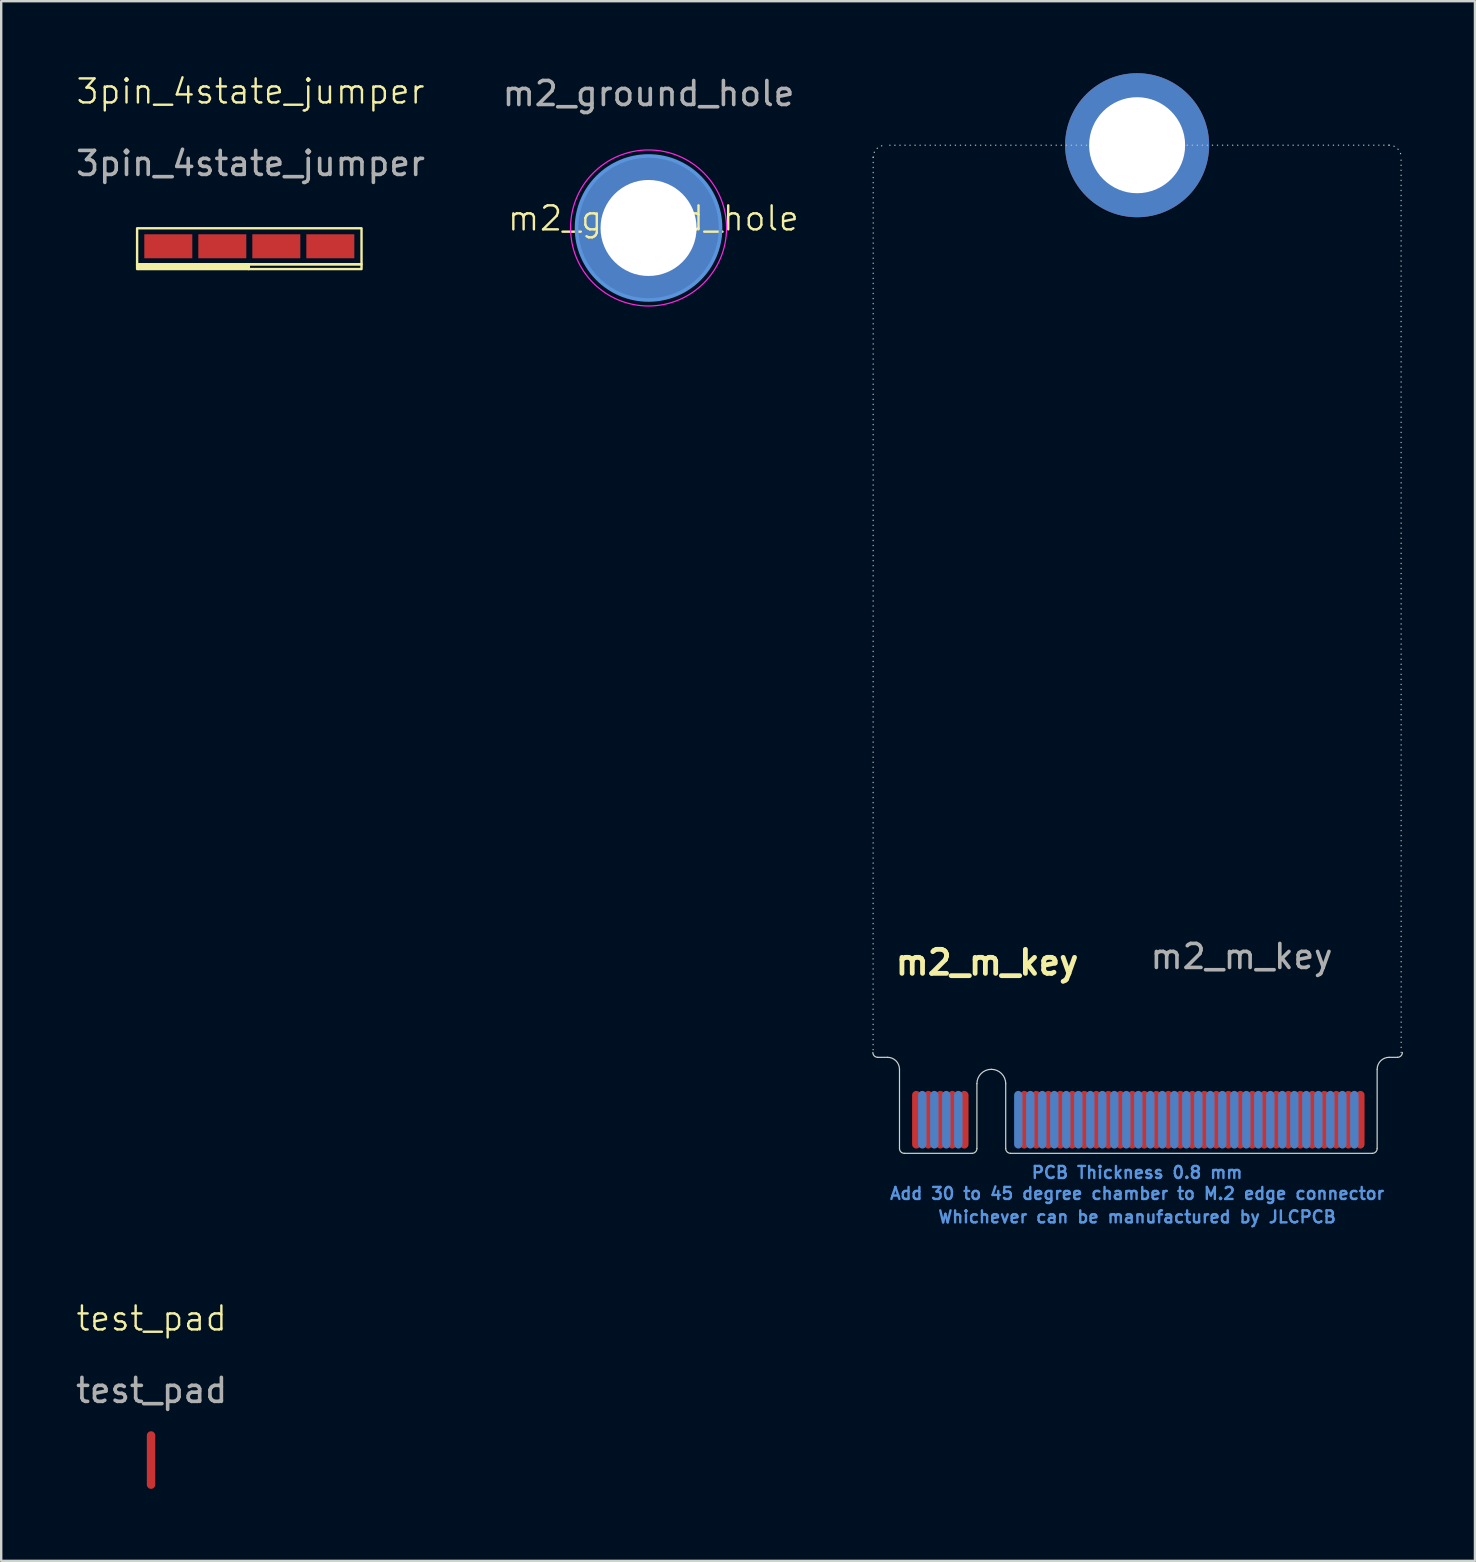
<source format=kicad_pcb>
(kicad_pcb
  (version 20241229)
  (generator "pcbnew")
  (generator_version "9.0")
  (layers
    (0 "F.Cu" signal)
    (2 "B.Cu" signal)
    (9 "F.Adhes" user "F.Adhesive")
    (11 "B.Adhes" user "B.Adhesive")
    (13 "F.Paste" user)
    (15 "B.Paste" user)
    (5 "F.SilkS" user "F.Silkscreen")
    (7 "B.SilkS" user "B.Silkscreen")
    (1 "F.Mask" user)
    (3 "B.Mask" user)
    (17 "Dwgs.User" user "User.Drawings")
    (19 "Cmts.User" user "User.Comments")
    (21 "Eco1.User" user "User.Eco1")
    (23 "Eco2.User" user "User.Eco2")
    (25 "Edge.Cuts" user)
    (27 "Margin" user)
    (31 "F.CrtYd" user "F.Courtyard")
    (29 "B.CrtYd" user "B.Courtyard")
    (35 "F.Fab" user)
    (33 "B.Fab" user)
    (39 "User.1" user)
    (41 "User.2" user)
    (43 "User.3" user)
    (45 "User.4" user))
  (footprint "m2_ground_hole"
    (layer "F.Cu")
    (at 23.97 6.448)
    (property "Reference" "m2_ground_hole" (at 0.2 -0.4 0) (unlocked yes) (layer "F.SilkS") (effects (font (size 1 1) (thickness 0.1))))
    (attr through_hole)
    (fp_circle (center 0 0) (end 3 0) (stroke (width 0.15) (type solid)) (fill no) (layer "Cmts.User"))
    (fp_circle (center 0 0) (end 3.25 0) (stroke (width 0.05) (type solid)) (fill no) (layer "F.CrtYd"))
    (fp_text user "${REFERENCE}" (at 0 -5.6 0) (layer "F.Fab") (effects (font (size 1 1) (thickness 0.15))))
    (pad "1" thru_hole circle (at 0 0) (size 6 6) (drill 4) (layers "*.Cu" "*.Mask")))
  (footprint "test_pad"
    (layer "F.Cu")
    (at 3.268 52.379)
    (property "Reference" "test_pad" (at 0 -0.5 0) (unlocked yes) (layer "F.SilkS") (effects (font (size 1 1) (thickness 0.1))))
    (attr smd)
    (fp_text user "${REFERENCE}" (at 0 2.5 0) (unlocked yes) (layer "F.Fab") (effects (font (size 1 1) (thickness 0.15))))
    (pad "1" smd oval (at -0.025 5.4) (size 0.35 2.4) (layers "F.Cu")))
  (footprint "m2_m_key"
    (layer "F.Cu")
    (at 44.325 26.5)
    (property "Reference" "m2_m_key" (at -6.25 10.55 0) (unlocked yes) (layer "F.SilkS") (effects (font (size 1 1) (thickness 0.2) (bold yes))))
    (attr through_hole allow_soldermask_bridges)
    (fp_rect (start -9.9 16.35) (end -6.65 18.5) (stroke (width 0.1) (type solid)) (fill yes) (layer "F.Mask"))
    (fp_rect (start -5.5 16.35) (end 10 18.5) (stroke (width 0.1) (type solid)) (fill yes) (layer "F.Mask"))
    (fp_rect (start -9.9 16.35) (end -6.65 18.5) (stroke (width 0.1) (type solid)) (fill yes) (layer "B.Mask"))
    (fp_rect (start -5.5 16.35) (end 10 18.5) (stroke (width 0.1) (type solid)) (fill yes) (layer "B.Mask"))
    (fp_line (start -10.996 -22.996) (end -11 14.3) (stroke (width 0.05) (type dot)) (layer "Dwgs.User"))
    (fp_line (start 10.495 -23.502) (end -10.45 -23.5) (stroke (width 0.05) (type dot)) (layer "Dwgs.User"))
    (fp_line (start 11 14.3) (end 10.997 -23) (stroke (width 0.05) (type dot)) (layer "Dwgs.User"))
    (fp_arc (start -10.996446 -22.996447) (mid -10.849999 -23.349999) (end -10.496447 -23.496446) (stroke (width 0.05) (type dot)) (layer "Dwgs.User"))
    (fp_arc (start 10.494934 -23.502139) (mid 10.85 -23.355066) (end 10.997073 -23) (stroke (width 0.05) (type dot)) (layer "Dwgs.User"))
    (fp_line (start -10.809 14.5) (end -10.4 14.5) (stroke (width 0.05) (type solid)) (layer "Edge.Cuts"))
    (fp_line (start -9.9 15) (end -9.9 18.3) (stroke (width 0.05) (type solid)) (layer "Edge.Cuts"))
    (fp_line (start -6.875 18.5) (end -9.7 18.5) (stroke (width 0.05) (type solid)) (layer "Edge.Cuts"))
    (fp_line (start -6.675 15.6) (end -6.675 18.3) (stroke (width 0.05) (type solid)) (layer "Edge.Cuts"))
    (fp_line (start -5.475 15.6) (end -5.475 18.3) (stroke (width 0.05) (type solid)) (layer "Edge.Cuts"))
    (fp_line (start -5.275 18.5) (end 9.8 18.5) (stroke (width 0.05) (type solid)) (layer "Edge.Cuts"))
    (fp_line (start 10 18.3) (end 10 15) (stroke (width 0.05) (type solid)) (layer "Edge.Cuts"))
    (fp_line (start 10.5 14.5) (end 10.85 14.5) (stroke (width 0.05) (type solid)) (layer "Edge.Cuts"))
    (fp_arc (start -10.808579 14.5) (mid -10.95 14.441421) (end -11.008579 14.3) (stroke (width 0.05) (type solid)) (layer "Edge.Cuts"))
    (fp_arc (start -10.4 14.5) (mid -10.046447 14.646447) (end -9.9 15) (stroke (width 0.05) (type solid)) (layer "Edge.Cuts"))
    (fp_arc (start -9.7 18.5) (mid -9.841421 18.441421) (end -9.9 18.3) (stroke (width 0.05) (type solid)) (layer "Edge.Cuts"))
    (fp_arc (start -6.675 15.6) (mid -6.499264 15.175736) (end -6.075 15) (stroke (width 0.05) (type solid)) (layer "Edge.Cuts"))
    (fp_arc (start -6.675 18.3) (mid -6.733579 18.441421) (end -6.875 18.5) (stroke (width 0.05) (type solid)) (layer "Edge.Cuts"))
    (fp_arc (start -6.075 15) (mid -5.650736 15.175736) (end -5.475 15.6) (stroke (width 0.05) (type solid)) (layer "Edge.Cuts"))
    (fp_arc (start -5.275001 18.500001) (mid -5.416422 18.441422) (end -5.475001 18.300001) (stroke (width 0.05) (type solid)) (layer "Edge.Cuts"))
    (fp_arc (start 10 15) (mid 10.146447 14.646447) (end 10.5 14.5) (stroke (width 0.05) (type solid)) (layer "Edge.Cuts"))
    (fp_arc (start 10 18.3) (mid 9.941421 18.441421) (end 9.8 18.5) (stroke (width 0.05) (type solid)) (layer "Edge.Cuts"))
    (fp_arc (start 11.05 14.3) (mid 10.991421 14.441421) (end 10.85 14.5) (stroke (width 0.05) (type solid)) (layer "Edge.Cuts"))
    (fp_text user "PCB Thickness 0.8 mm" (at 0 19.3 0) (layer "Cmts.User") (effects (font (size 0.5 0.5) (thickness 0.1))))
    (fp_text user "Whichever can be manufactured by JLCPCB" (at 0 21.15 0) (layer "Cmts.User") (effects (font (size 0.5 0.5) (thickness 0.1))))
    (fp_text user "Add 30 to 45 degree chamber to M.2 edge connector" (at 0 20.175 0) (layer "Cmts.User") (effects (font (size 0.5 0.5) (thickness 0.1))))
    (fp_text user "${REFERENCE}" (at 4.35 10.3 0) (layer "F.Fab") (effects (font (size 1 1) (thickness 0.15))))
    (pad "1" thru_hole circle (at 0 -23.5) (size 6 6) (drill 4) (layers "*.Cu" "*.Mask"))
    (pad "1" smd oval (at 9.3 17.1) (size 0.35 2.4) (layers "F.Cu"))
    (pad "2" smd oval (at 9.05 17.1) (size 0.35 2.4) (layers "B.Cu"))
    (pad "3" smd oval (at 8.8 17.1) (size 0.35 2.4) (layers "F.Cu"))
    (pad "4" smd oval (at 8.55 17.1) (size 0.35 2.4) (layers "B.Cu"))
    (pad "5" smd oval (at 8.3 17.1) (size 0.35 2.4) (layers "F.Cu"))
    (pad "6" smd oval (at 8.05 17.1) (size 0.35 2.4) (layers "B.Cu"))
    (pad "7" smd oval (at 7.8 17.1) (size 0.35 2.4) (layers "F.Cu"))
    (pad "8" smd oval (at 7.55 17.1) (size 0.35 2.4) (layers "B.Cu"))
    (pad "9" smd oval (at 7.3 17.1) (size 0.35 2.4) (layers "F.Cu"))
    (pad "10" smd oval (at 7.05 17.1) (size 0.35 2.4) (layers "B.Cu"))
    (pad "11" smd oval (at 6.8 17.1) (size 0.35 2.4) (layers "F.Cu"))
    (pad "12" smd oval (at 6.55 17.1) (size 0.35 2.4) (layers "B.Cu"))
    (pad "13" smd oval (at 6.3 17.1) (size 0.35 2.4) (layers "F.Cu"))
    (pad "14" smd oval (at 6.05 17.1) (size 0.35 2.4) (layers "B.Cu"))
    (pad "15" smd oval (at 5.8 17.1) (size 0.35 2.4) (layers "F.Cu"))
    (pad "16" smd oval (at 5.55 17.1) (size 0.35 2.4) (layers "B.Cu"))
    (pad "17" smd oval (at 5.3 17.1) (size 0.35 2.4) (layers "F.Cu"))
    (pad "18" smd oval (at 5.05 17.1) (size 0.35 2.4) (layers "B.Cu"))
    (pad "19" smd oval (at 4.8 17.1) (size 0.35 2.4) (layers "F.Cu"))
    (pad "20" smd oval (at 4.55 17.1) (size 0.35 2.4) (layers "B.Cu"))
    (pad "21" smd oval (at 4.3 17.1) (size 0.35 2.4) (layers "F.Cu"))
    (pad "22" smd oval (at 4.05 17.1) (size 0.35 2.4) (layers "B.Cu"))
    (pad "23" smd oval (at 3.8 17.1) (size 0.35 2.4) (layers "F.Cu"))
    (pad "24" smd oval (at 3.55 17.1) (size 0.35 2.4) (layers "B.Cu"))
    (pad "25" smd oval (at 3.3 17.1) (size 0.35 2.4) (layers "F.Cu"))
    (pad "26" smd oval (at 3.05 17.1) (size 0.35 2.4) (layers "B.Cu"))
    (pad "27" smd oval (at 2.8 17.1) (size 0.35 2.4) (layers "F.Cu"))
    (pad "28" smd oval (at 2.55 17.1) (size 0.35 2.4) (layers "B.Cu"))
    (pad "29" smd oval (at 2.3 17.1) (size 0.35 2.4) (layers "F.Cu"))
    (pad "30" smd oval (at 2.05 17.1) (size 0.35 2.4) (layers "B.Cu"))
    (pad "31" smd oval (at 1.8 17.1) (size 0.35 2.4) (layers "F.Cu"))
    (pad "32" smd oval (at 1.55 17.1) (size 0.35 2.4) (layers "B.Cu"))
    (pad "33" smd oval (at 1.3 17.1) (size 0.35 2.4) (layers "F.Cu"))
    (pad "34" smd oval (at 1.05 17.1) (size 0.35 2.4) (layers "B.Cu"))
    (pad "35" smd oval (at 0.8 17.1) (size 0.35 2.4) (layers "F.Cu"))
    (pad "36" smd oval (at 0.55 17.1) (size 0.35 2.4) (layers "B.Cu"))
    (pad "37" smd oval (at 0.3 17.1) (size 0.35 2.4) (layers "F.Cu"))
    (pad "38" smd oval (at 0.05 17.1) (size 0.35 2.4) (layers "B.Cu"))
    (pad "39" smd oval (at -0.2 17.1) (size 0.35 2.4) (layers "F.Cu"))
    (pad "40" smd oval (at -0.45 17.1) (size 0.35 2.4) (layers "B.Cu"))
    (pad "41" smd oval (at -0.7 17.1) (size 0.35 2.4) (layers "F.Cu"))
    (pad "42" smd oval (at -0.95 17.1) (size 0.35 2.4) (layers "B.Cu"))
    (pad "43" smd oval (at -1.2 17.1) (size 0.35 2.4) (layers "F.Cu"))
    (pad "44" smd oval (at -1.45 17.1) (size 0.35 2.4) (layers "B.Cu"))
    (pad "45" smd oval (at -1.7 17.1) (size 0.35 2.4) (layers "F.Cu"))
    (pad "46" smd oval (at -1.95 17.1) (size 0.35 2.4) (layers "B.Cu"))
    (pad "47" smd oval (at -2.2 17.1) (size 0.35 2.4) (layers "F.Cu"))
    (pad "48" smd oval (at -2.45 17.1) (size 0.35 2.4) (layers "B.Cu"))
    (pad "49" smd oval (at -2.7 17.1) (size 0.35 2.4) (layers "F.Cu"))
    (pad "50" smd oval (at -2.95 17.1) (size 0.35 2.4) (layers "B.Cu"))
    (pad "51" smd oval (at -3.2 17.1) (size 0.35 2.4) (layers "F.Cu"))
    (pad "52" smd oval (at -3.45 17.1) (size 0.35 2.4) (layers "B.Cu"))
    (pad "53" smd oval (at -3.7 17.1) (size 0.35 2.4) (layers "F.Cu"))
    (pad "54" smd oval (at -3.95 17.1) (size 0.35 2.4) (layers "B.Cu"))
    (pad "55" smd oval (at -4.2 17.1) (size 0.35 2.4) (layers "F.Cu"))
    (pad "56" smd oval (at -4.45 17.1) (size 0.35 2.4) (layers "B.Cu"))
    (pad "57" smd oval (at -4.7 17.1) (size 0.35 2.4) (layers "F.Cu"))
    (pad "58" smd oval (at -4.95 17.1) (size 0.35 2.4) (layers "B.Cu"))
    (pad "67" smd oval (at -7.2 17.1) (size 0.35 2.4) (layers "F.Cu"))
    (pad "68" smd oval (at -7.45 17.1) (size 0.35 2.4) (layers "B.Cu"))
    (pad "69" smd oval (at -7.7 17.1) (size 0.35 2.4) (layers "F.Cu"))
    (pad "70" smd oval (at -7.95 17.1) (size 0.35 2.4) (layers "B.Cu"))
    (pad "71" smd oval (at -8.2 17.1) (size 0.35 2.4) (layers "F.Cu"))
    (pad "72" smd oval (at -8.45 17.1) (size 0.35 2.4) (layers "B.Cu"))
    (pad "73" smd oval (at -8.7 17.1) (size 0.35 2.4) (layers "F.Cu"))
    (pad "74" smd oval (at -8.95 17.1) (size 0.35 2.4) (layers "B.Cu"))
    (pad "75" smd oval (at -9.2 17.1) (size 0.35 2.4) (layers "F.Cu")))
  (footprint "3pin_4state_jumper"
    (layer "F.Cu")
    (at 7.387 1.26)
    (property "Reference" "3pin_4state_jumper" (at 0 -0.5 0) (unlocked yes) (layer "F.SilkS") (effects (font (size 1 1) (thickness 0.1))))
    (attr smd)
    (fp_rect (start -4.725 5.2) (end 4.625 6.7) (stroke (width 0.1) (type default)) (fill no) (layer "F.SilkS"))
    (fp_rect (start -4.725 6.7) (end -0.075 6.9) (stroke (width 0.1) (type solid)) (fill yes) (layer "F.SilkS"))
    (fp_rect (start -0.075 6.7) (end 4.625 6.9) (stroke (width 0.1) (type default)) (fill no) (layer "F.SilkS"))
    (fp_text user "${REFERENCE}" (at 0 2.5 0) (unlocked yes) (layer "F.Fab") (effects (font (size 1 1) (thickness 0.15))))
    (pad "1" smd rect (at -1.175 5.95) (size 2 1) (layers "F.Cu" "F.Mask" "F.Paste"))
    (pad "2" smd rect (at -3.425 5.95) (size 2 1) (layers "F.Cu" "F.Mask" "F.Paste"))
    (pad "2" smd rect (at 3.325 5.95) (size 2 1) (layers "F.Cu" "F.Mask" "F.Paste"))
    (pad "3" smd rect (at 1.075 5.95) (size 2 1) (layers "F.Cu" "F.Mask" "F.Paste")))
  (gr_rect
    (start -3 -3)
    (end 58.4 61.978)
    (stroke (width 0.1) (type default))
    (fill no)
    (layer "Edge.Cuts")))
</source>
